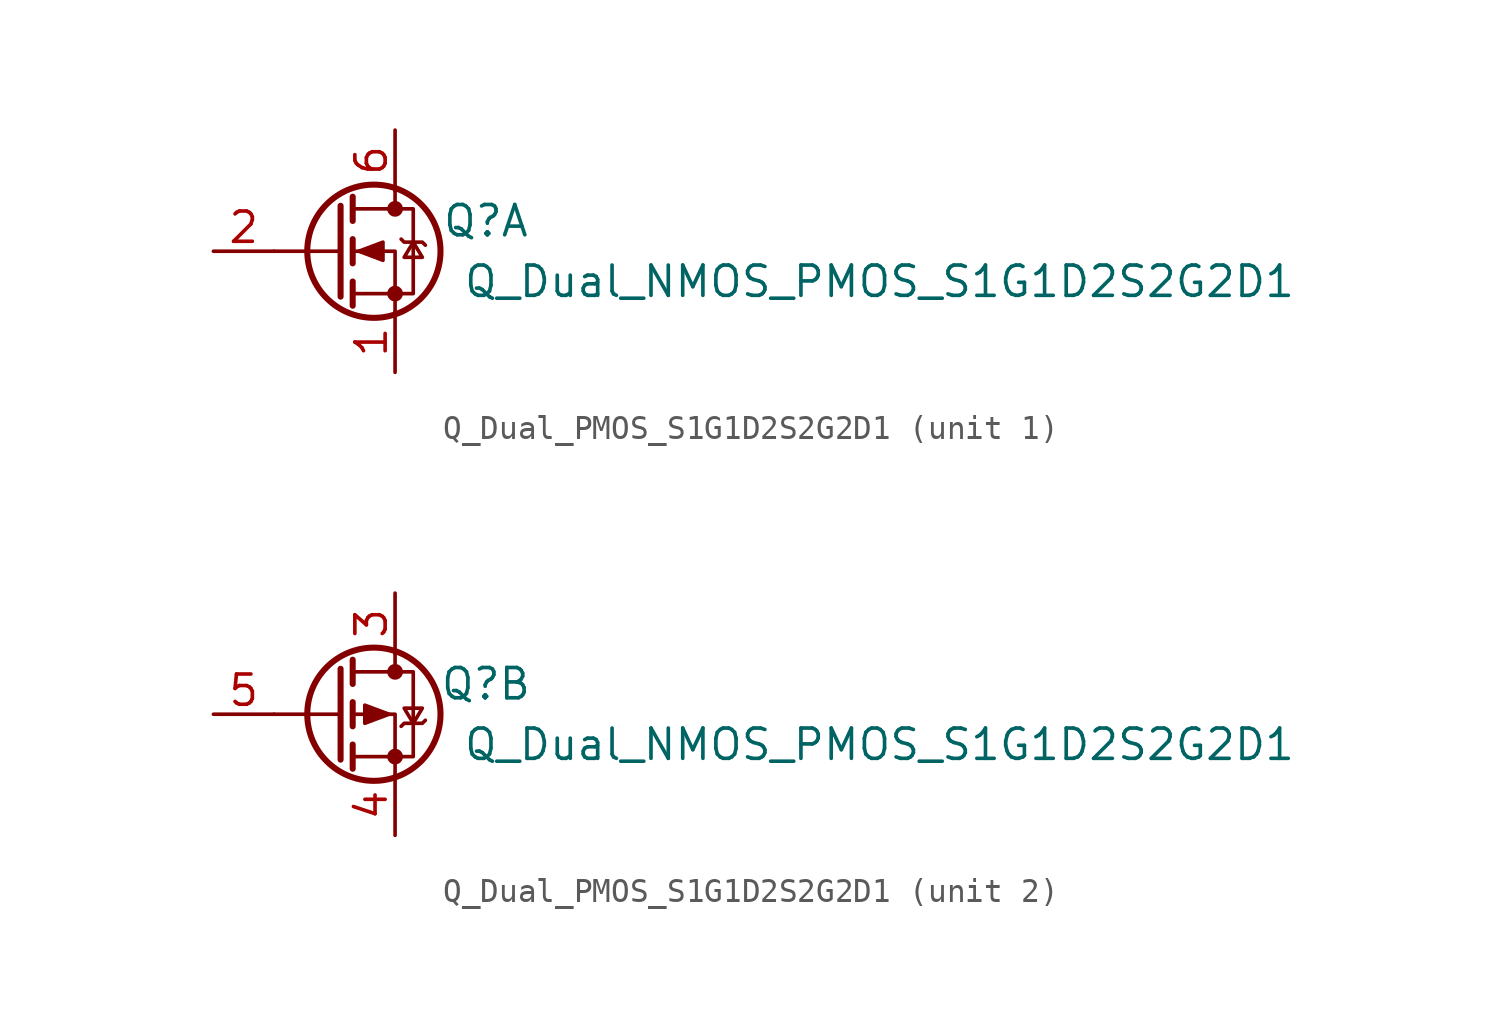
<source format=kicad_sym>
(kicad_symbol_lib
  (version 20231120)
  (generator "kicad_symbol_editor")
  (generator_version "8.0")
  (symbol "Q_Dual_PMOS_S1G1D2S2G2D1"
    (pin_names
      (offset 0) hide)
    (property "Reference" "Q"
      (at 6.35 1.27 0)
      (effects (font (size 1.27 1.27))))
    (property "Value" "Q_Dual_NMOS_PMOS_S1G1D2S2G2D1"
      (at 22.86 -1.27 0)
      (effects (font (size 1.27 1.27))))
    (property "ki_locked" ""
      (at 0 0 0)
      (effects (font (size 1.27 1.27))))
    (symbol "Q_Dual_PMOS_S1G1D2S2G2D1_1_1"
      (polyline (pts (xy 0.254 0) (xy -2.54 0)) (stroke (width 0) (type default)) (fill (type none)))
      (polyline (pts (xy 0.254 1.905) (xy 0.254 -1.905)) (stroke (width 0.254) (type default)) (fill (type none)))
      (polyline (pts (xy 0.762 -1.27) (xy 0.762 -2.286)) (stroke (width 0.254) (type default)) (fill (type none)))
      (polyline (pts (xy 0.762 0.508) (xy 0.762 -0.508)) (stroke (width 0.254) (type default)) (fill (type none)))
      (polyline (pts (xy 0.762 2.286) (xy 0.762 1.27)) (stroke (width 0.254) (type default)) (fill (type none)))
      (polyline (pts (xy 2.54 2.54) (xy 2.54 1.778)) (stroke (width 0) (type default)) (fill (type none)))
      (polyline (pts (xy 2.54 -2.54) (xy 2.54 0) (xy 0.762 0)) (stroke (width 0) (type default)) (fill (type none)))
      (polyline (pts (xy 0.762 -1.778) (xy 3.302 -1.778) (xy 3.302 1.778) (xy 0.762 1.778)) (stroke (width 0) (type default)) (fill (type none)))
      (polyline (pts (xy 1.016 0) (xy 2.032 0.381) (xy 2.032 -0.381) (xy 1.016 0)) (stroke (width 0) (type default)) (fill (type outline)))
      (polyline (pts (xy 2.794 0.508) (xy 2.921 0.381) (xy 3.683 0.381) (xy 3.81 0.254)) (stroke (width 0) (type default)) (fill (type none)))
      (polyline (pts (xy 3.302 0.381) (xy 2.921 -0.254) (xy 3.683 -0.254) (xy 3.302 0.381)) (stroke (width 0) (type default)) (fill (type none)))
      (circle (center 1.651 0) (radius 2.794) (stroke (width 0.254) (type default)) (fill (type none)))
      (circle (center 2.54 -1.778) (radius 0.254) (stroke (width 0) (type default)) (fill (type outline)))
      (circle (center 2.54 1.778) (radius 0.254) (stroke (width 0) (type default)) (fill (type outline)))
      (pin passive line (at 2.54 -5.08 90) (length 2.54) (name "S" (effects (font (size 1.27 1.27)))) (number "1" (effects (font (size 1.27 1.27)))))
      (pin input line (at -5.08 0 0) (length 2.54) (name "G" (effects (font (size 1.27 1.27)))) (number "2" (effects (font (size 1.27 1.27)))))
      (pin passive line (at 2.54 5.08 270) (length 2.54) (name "D" (effects (font (size 1.27 1.27)))) (number "6" (effects (font (size 1.27 1.27))))))
    (symbol "Q_Dual_PMOS_S1G1D2S2G2D1_2_1"
      (polyline (pts (xy 0.254 0) (xy -2.54 0)) (stroke (width 0) (type default)) (fill (type none)))
      (polyline (pts (xy 0.254 1.905) (xy 0.254 -1.905)) (stroke (width 0.254) (type default)) (fill (type none)))
      (polyline (pts (xy 0.762 -1.27) (xy 0.762 -2.286)) (stroke (width 0.254) (type default)) (fill (type none)))
      (polyline (pts (xy 0.762 0.508) (xy 0.762 -0.508)) (stroke (width 0.254) (type default)) (fill (type none)))
      (polyline (pts (xy 0.762 2.286) (xy 0.762 1.27)) (stroke (width 0.254) (type default)) (fill (type none)))
      (polyline (pts (xy 2.54 2.54) (xy 2.54 1.778)) (stroke (width 0) (type default)) (fill (type none)))
      (polyline (pts (xy 2.54 -2.54) (xy 2.54 0) (xy 0.762 0)) (stroke (width 0) (type default)) (fill (type none)))
      (polyline (pts (xy 0.762 1.778) (xy 3.302 1.778) (xy 3.302 -1.778) (xy 0.762 -1.778)) (stroke (width 0) (type default)) (fill (type none)))
      (polyline (pts (xy 2.286 0) (xy 1.27 0.381) (xy 1.27 -0.381) (xy 2.286 0)) (stroke (width 0) (type default)) (fill (type outline)))
      (polyline (pts (xy 2.794 -0.508) (xy 2.921 -0.381) (xy 3.683 -0.381) (xy 3.81 -0.254)) (stroke (width 0) (type default)) (fill (type none)))
      (polyline (pts (xy 3.302 -0.381) (xy 2.921 0.254) (xy 3.683 0.254) (xy 3.302 -0.381)) (stroke (width 0) (type default)) (fill (type none)))
      (circle (center 1.651 0) (radius 2.794) (stroke (width 0.254) (type default)) (fill (type none)))
      (circle (center 2.54 -1.778) (radius 0.254) (stroke (width 0) (type default)) (fill (type outline)))
      (circle (center 2.54 1.778) (radius 0.254) (stroke (width 0) (type default)) (fill (type outline)))
      (pin passive line (at 2.54 5.08 270) (length 2.54) (name "D" (effects (font (size 1.27 1.27)))) (number "3" (effects (font (size 1.27 1.27)))))
      (pin passive line (at 2.54 -5.08 90) (length 2.54) (name "S" (effects (font (size 1.27 1.27)))) (number "4" (effects (font (size 1.27 1.27)))))
      (pin input line (at -5.08 0 0) (length 2.54) (name "G" (effects (font (size 1.27 1.27)))) (number "5" (effects (font (size 1.27 1.27))))))))
</source>
